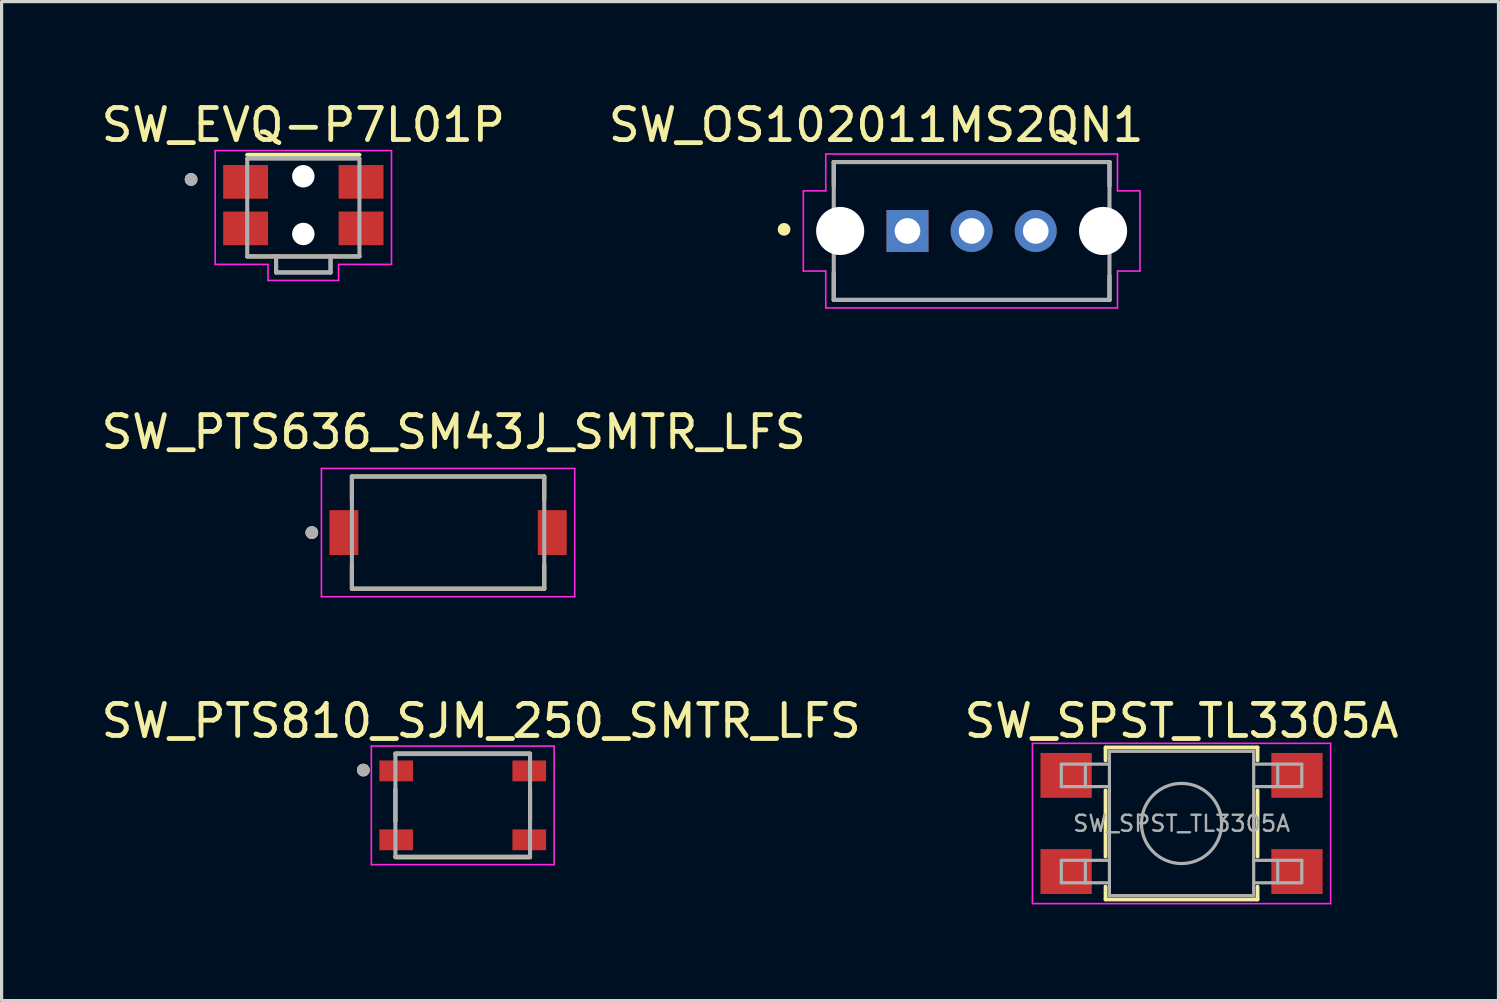
<source format=kicad_pcb>
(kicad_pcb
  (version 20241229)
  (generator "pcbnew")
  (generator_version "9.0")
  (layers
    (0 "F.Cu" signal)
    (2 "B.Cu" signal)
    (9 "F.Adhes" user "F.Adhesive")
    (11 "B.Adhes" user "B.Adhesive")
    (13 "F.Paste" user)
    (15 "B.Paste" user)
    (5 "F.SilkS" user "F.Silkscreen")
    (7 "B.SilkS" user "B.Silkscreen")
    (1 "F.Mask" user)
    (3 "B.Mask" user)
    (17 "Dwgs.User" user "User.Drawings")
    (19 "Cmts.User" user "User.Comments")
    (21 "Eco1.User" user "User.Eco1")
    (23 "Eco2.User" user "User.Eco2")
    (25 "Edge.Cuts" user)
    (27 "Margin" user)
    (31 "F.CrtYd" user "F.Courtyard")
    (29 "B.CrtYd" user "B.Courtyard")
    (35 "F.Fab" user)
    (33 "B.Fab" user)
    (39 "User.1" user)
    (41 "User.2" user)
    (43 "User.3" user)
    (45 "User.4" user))
  (footprint "SW_SPST_TL3305A"
    (layer "F.Cu")
    (at 33.804 22.635)
    (property "Reference" "SW_SPST_TL3305A" (at 0 -3.2 0) (layer "F.SilkS") (effects (font (size 1 1) (thickness 0.15))))
    (attr smd)
    (fp_line (start -2.37 -2.37) (end -2.37 -1.97) (stroke (width 0.12) (type solid)) (layer "F.SilkS"))
    (fp_line (start -2.37 -2.37) (end 2.37 -2.37) (stroke (width 0.12) (type solid)) (layer "F.SilkS"))
    (fp_line (start -2.37 1.03) (end -2.37 -1.03) (stroke (width 0.12) (type solid)) (layer "F.SilkS"))
    (fp_line (start -2.37 2.37) (end -2.37 1.97) (stroke (width 0.12) (type solid)) (layer "F.SilkS"))
    (fp_line (start -2.37 2.37) (end 2.37 2.37) (stroke (width 0.12) (type solid)) (layer "F.SilkS"))
    (fp_line (start 2.37 -2.37) (end 2.37 -1.97) (stroke (width 0.12) (type solid)) (layer "F.SilkS"))
    (fp_line (start 2.37 1.03) (end 2.37 -1.03) (stroke (width 0.12) (type solid)) (layer "F.SilkS"))
    (fp_line (start 2.37 2.37) (end 2.37 1.97) (stroke (width 0.12) (type solid)) (layer "F.SilkS"))
    (fp_line (start -4.65 -2.5) (end 4.65 -2.5) (stroke (width 0.05) (type solid)) (layer "F.CrtYd"))
    (fp_line (start -4.65 2.5) (end -4.65 -2.5) (stroke (width 0.05) (type solid)) (layer "F.CrtYd"))
    (fp_line (start 4.65 -2.5) (end 4.65 2.5) (stroke (width 0.05) (type solid)) (layer "F.CrtYd"))
    (fp_line (start 4.65 2.5) (end -4.65 2.5) (stroke (width 0.05) (type solid)) (layer "F.CrtYd"))
    (fp_line (start -3.75 -1.85) (end -3.75 -1.15) (stroke (width 0.1) (type solid)) (layer "F.Fab"))
    (fp_line (start -3.75 -1.15) (end -2.25 -1.15) (stroke (width 0.1) (type solid)) (layer "F.Fab"))
    (fp_line (start -3.75 1.15) (end -3.75 1.85) (stroke (width 0.1) (type solid)) (layer "F.Fab"))
    (fp_line (start -3.75 1.85) (end -2.25 1.85) (stroke (width 0.1) (type solid)) (layer "F.Fab"))
    (fp_line (start -3 -1.85) (end -3 -1.15) (stroke (width 0.1) (type solid)) (layer "F.Fab"))
    (fp_line (start -3 1.15) (end -3 1.85) (stroke (width 0.1) (type solid)) (layer "F.Fab"))
    (fp_line (start -2.25 -2.25) (end 2.25 -2.25) (stroke (width 0.1) (type solid)) (layer "F.Fab"))
    (fp_line (start -2.25 -1.85) (end -3.75 -1.85) (stroke (width 0.1) (type solid)) (layer "F.Fab"))
    (fp_line (start -2.25 1.15) (end -3.75 1.15) (stroke (width 0.1) (type solid)) (layer "F.Fab"))
    (fp_line (start -2.25 2.25) (end -2.25 -2.25) (stroke (width 0.1) (type solid)) (layer "F.Fab"))
    (fp_line (start 2.25 -2.25) (end 2.25 2.25) (stroke (width 0.1) (type solid)) (layer "F.Fab"))
    (fp_line (start 2.25 -1.15) (end 3.75 -1.15) (stroke (width 0.1) (type solid)) (layer "F.Fab"))
    (fp_line (start 2.25 1.15) (end 3.75 1.15) (stroke (width 0.1) (type solid)) (layer "F.Fab"))
    (fp_line (start 2.25 2.25) (end -2.25 2.25) (stroke (width 0.1) (type solid)) (layer "F.Fab"))
    (fp_line (start 3 -1.85) (end 3 -1.15) (stroke (width 0.1) (type solid)) (layer "F.Fab"))
    (fp_line (start 3 1.15) (end 3 1.85) (stroke (width 0.1) (type solid)) (layer "F.Fab"))
    (fp_line (start 3.75 -1.85) (end 2.25 -1.85) (stroke (width 0.1) (type solid)) (layer "F.Fab"))
    (fp_line (start 3.75 -1.15) (end 3.75 -1.85) (stroke (width 0.1) (type solid)) (layer "F.Fab"))
    (fp_line (start 3.75 1.15) (end 3.75 1.85) (stroke (width 0.1) (type solid)) (layer "F.Fab"))
    (fp_line (start 3.75 1.85) (end 2.25 1.85) (stroke (width 0.1) (type solid)) (layer "F.Fab"))
    (fp_circle (center 0 0) (end 1.25 0) (stroke (width 0.1) (type solid)) (fill no) (layer "F.Fab"))
    (fp_text user "${REFERENCE}" (at 0 0 0) (layer "F.Fab") (effects (font (size 0.5 0.5) (thickness 0.075))))
    (pad "1" smd rect (at -3.6 -1.5) (size 1.6 1.4) (layers "F.Cu" "F.Mask" "F.Paste"))
    (pad "1" smd rect (at 3.6 -1.5) (size 1.6 1.4) (layers "F.Cu" "F.Mask" "F.Paste"))
    (pad "2" smd rect (at -3.6 1.5) (size 1.6 1.4) (layers "F.Cu" "F.Mask" "F.Paste"))
    (pad "2" smd rect (at 3.6 1.5) (size 1.6 1.4) (layers "F.Cu" "F.Mask" "F.Paste")))
  (footprint "SW_EVQ-P7L01P"
    (layer "F.Cu")
    (at 6.411 3.348)
    (property "Reference" "SW_EVQ-P7L01P" (at 0 -2.5 0) (layer "F.SilkS") (effects (font (size 1 1) (thickness 0.15))))
    (attr smd)
    (fp_line (start -1.75 -1.57) (end 1.75 -1.57) (stroke (width 0.127) (type solid)) (layer "F.SilkS"))
    (fp_line (start -1.75 1.6) (end 1.75 1.6) (stroke (width 0.127) (type solid)) (layer "F.SilkS"))
    (fp_circle (center -3.5 -0.8) (end -3.4 -0.8) (stroke (width 0.2) (type solid)) (fill no) (layer "F.SilkS"))
    (fp_line (start -2.75 -1.7) (end 2.75 -1.7) (stroke (width 0.05) (type solid)) (layer "F.CrtYd"))
    (fp_line (start -2.75 1.85) (end -2.75 -1.7) (stroke (width 0.05) (type solid)) (layer "F.CrtYd"))
    (fp_line (start -1.1 1.85) (end -2.75 1.85) (stroke (width 0.05) (type solid)) (layer "F.CrtYd"))
    (fp_line (start -1.1 2.35) (end -1.1 1.85) (stroke (width 0.05) (type solid)) (layer "F.CrtYd"))
    (fp_line (start 1.1 1.85) (end 1.1 2.35) (stroke (width 0.05) (type solid)) (layer "F.CrtYd"))
    (fp_line (start 1.1 2.35) (end -1.1 2.35) (stroke (width 0.05) (type solid)) (layer "F.CrtYd"))
    (fp_line (start 2.75 -1.7) (end 2.75 1.85) (stroke (width 0.05) (type solid)) (layer "F.CrtYd"))
    (fp_line (start 2.75 1.85) (end 1.1 1.85) (stroke (width 0.05) (type solid)) (layer "F.CrtYd"))
    (fp_line (start -1.75 -1.45) (end 1.75 -1.45) (stroke (width 0.127) (type solid)) (layer "F.Fab"))
    (fp_line (start -1.75 1.6) (end -1.75 -1.45) (stroke (width 0.127) (type solid)) (layer "F.Fab"))
    (fp_line (start -0.85 1.6) (end -1.75 1.6) (stroke (width 0.127) (type solid)) (layer "F.Fab"))
    (fp_line (start -0.85 1.6) (end -0.85 2.1) (stroke (width 0.127) (type solid)) (layer "F.Fab"))
    (fp_line (start -0.85 1.6) (end -0.85 2.1) (stroke (width 0.127) (type solid)) (layer "F.Fab"))
    (fp_line (start -0.85 2.1) (end 0.85 2.1) (stroke (width 0.127) (type solid)) (layer "F.Fab"))
    (fp_line (start -0.85 2.1) (end 0.85 2.1) (stroke (width 0.127) (type solid)) (layer "F.Fab"))
    (fp_line (start 0.85 1.6) (end -0.85 1.6) (stroke (width 0.127) (type solid)) (layer "F.Fab"))
    (fp_line (start 0.85 2.1) (end 0.85 1.6) (stroke (width 0.127) (type solid)) (layer "F.Fab"))
    (fp_line (start 0.85 2.1) (end 0.85 1.6) (stroke (width 0.127) (type solid)) (layer "F.Fab"))
    (fp_line (start 1.75 -1.45) (end 1.75 1.6) (stroke (width 0.127) (type solid)) (layer "F.Fab"))
    (fp_line (start 1.75 1.6) (end 0.85 1.6) (stroke (width 0.127) (type solid)) (layer "F.Fab"))
    (fp_circle (center -3.5 -0.8) (end -3.4 -0.8) (stroke (width 0.2) (type solid)) (fill no) (layer "F.Fab"))
    (pad "" np_thru_hole circle (at 0 -0.9) (size 0.7 0.7) (drill 0.7) (layers "*.Cu" "*.Mask"))
    (pad "" np_thru_hole circle (at 0 0.9) (size 0.7 0.7) (drill 0.7) (layers "*.Cu" "*.Mask"))
    (pad "1" smd rect (at -1.8 -0.725) (size 1.4 1.05) (layers "F.Cu" "F.Mask" "F.Paste"))
    (pad "1" smd rect (at 1.8 -0.725) (size 1.4 1.05) (layers "F.Cu" "F.Mask" "F.Paste"))
    (pad "2" smd rect (at -1.8 0.725) (size 1.4 1.05) (layers "F.Cu" "F.Mask" "F.Paste"))
    (pad "2" smd rect (at 1.8 0.725) (size 1.4 1.05) (layers "F.Cu" "F.Mask" "F.Paste")))
  (footprint "SW_PTS636_SM43J_SMTR_LFS"
    (layer "F.Cu")
    (at 10.926 13.562)
    (property "Reference" "SW_PTS636_SM43J_SMTR_LFS" (at 0.175 -3.135 0) (layer "F.SilkS") (effects (font (size 1 1) (thickness 0.15))))
    (attr smd)
    (fp_line (start -3 -1.75) (end 3 -1.75) (stroke (width 0.127) (type solid)) (layer "F.SilkS"))
    (fp_line (start -3 -1.014) (end -3 -1.75) (stroke (width 0.127) (type solid)) (layer "F.SilkS"))
    (fp_line (start -3 1.75) (end -3 1.014) (stroke (width 0.127) (type solid)) (layer "F.SilkS"))
    (fp_line (start 3 -1.75) (end 3 -1.014) (stroke (width 0.127) (type solid)) (layer "F.SilkS"))
    (fp_line (start 3 1.014) (end 3 1.75) (stroke (width 0.127) (type solid)) (layer "F.SilkS"))
    (fp_line (start 3 1.75) (end -3 1.75) (stroke (width 0.127) (type solid)) (layer "F.SilkS"))
    (fp_circle (center -4.25 0) (end -4.15 0) (stroke (width 0.2) (type solid)) (fill no) (layer "F.SilkS"))
    (fp_line (start -3.95 -2) (end 3.95 -2) (stroke (width 0.05) (type solid)) (layer "F.CrtYd"))
    (fp_line (start -3.95 2) (end -3.95 -2) (stroke (width 0.05) (type solid)) (layer "F.CrtYd"))
    (fp_line (start 3.95 -2) (end 3.95 2) (stroke (width 0.05) (type solid)) (layer "F.CrtYd"))
    (fp_line (start 3.95 2) (end -3.95 2) (stroke (width 0.05) (type solid)) (layer "F.CrtYd"))
    (fp_line (start -3 -1.75) (end 3 -1.75) (stroke (width 0.127) (type solid)) (layer "F.Fab"))
    (fp_line (start -3 1.75) (end -3 -1.75) (stroke (width 0.127) (type solid)) (layer "F.Fab"))
    (fp_line (start 3 -1.75) (end 3 1.75) (stroke (width 0.127) (type solid)) (layer "F.Fab"))
    (fp_line (start 3 1.75) (end -3 1.75) (stroke (width 0.127) (type solid)) (layer "F.Fab"))
    (fp_circle (center -4.25 0) (end -4.15 0) (stroke (width 0.2) (type solid)) (fill no) (layer "F.Fab"))
    (pad "1" smd rect (at -3.25 0) (size 0.9 1.4) (layers "F.Cu" "F.Mask" "F.Paste"))
    (pad "2" smd rect (at 3.25 0) (size 0.9 1.4) (layers "F.Cu" "F.Mask" "F.Paste")))
  (footprint "SW_PTS810_SJM_250_SMTR_LFS"
    (layer "F.Cu")
    (at 11.383 22.07)
    (property "Reference" "SW_PTS810_SJM_250_SMTR_LFS" (at 0.575 -2.635 0) (layer "F.SilkS") (effects (font (size 1 1) (thickness 0.15))))
    (attr smd)
    (fp_line (start -2.1 -1.62) (end 2.1 -1.62) (stroke (width 0.127) (type solid)) (layer "F.SilkS"))
    (fp_line (start -2.1 0.5) (end -2.1 -0.5) (stroke (width 0.127) (type solid)) (layer "F.SilkS"))
    (fp_line (start 2.1 0.5) (end 2.1 -0.5) (stroke (width 0.127) (type solid)) (layer "F.SilkS"))
    (fp_line (start 2.1 1.62) (end -2.1 1.62) (stroke (width 0.127) (type solid)) (layer "F.SilkS"))
    (fp_circle (center -3.1 -1.1) (end -3 -1.1) (stroke (width 0.2) (type solid)) (fill no) (layer "F.SilkS"))
    (fp_line (start -2.85 -1.85) (end 2.85 -1.85) (stroke (width 0.05) (type solid)) (layer "F.CrtYd"))
    (fp_line (start -2.85 1.85) (end -2.85 -1.85) (stroke (width 0.05) (type solid)) (layer "F.CrtYd"))
    (fp_line (start 2.85 -1.85) (end 2.85 1.85) (stroke (width 0.05) (type solid)) (layer "F.CrtYd"))
    (fp_line (start 2.85 1.85) (end -2.85 1.85) (stroke (width 0.05) (type solid)) (layer "F.CrtYd"))
    (fp_line (start -2.1 -1.6) (end 2.1 -1.6) (stroke (width 0.127) (type solid)) (layer "F.Fab"))
    (fp_line (start -2.1 1.6) (end -2.1 -1.6) (stroke (width 0.127) (type solid)) (layer "F.Fab"))
    (fp_line (start 2.1 -1.6) (end 2.1 1.6) (stroke (width 0.127) (type solid)) (layer "F.Fab"))
    (fp_line (start 2.1 1.6) (end -2.1 1.6) (stroke (width 0.127) (type solid)) (layer "F.Fab"))
    (fp_circle (center -3.1 -1.1) (end -3 -1.1) (stroke (width 0.2) (type solid)) (fill no) (layer "F.Fab"))
    (pad "1" smd rect (at -2.075 -1.075) (size 1.05 0.65) (layers "F.Cu" "F.Mask" "F.Paste"))
    (pad "2" smd rect (at 2.075 -1.075) (size 1.05 0.65) (layers "F.Cu" "F.Mask" "F.Paste"))
    (pad "3" smd rect (at -2.075 1.075) (size 1.05 0.65) (layers "F.Cu" "F.Mask" "F.Paste"))
    (pad "4" smd rect (at 2.075 1.075) (size 1.05 0.65) (layers "F.Cu" "F.Mask" "F.Paste")))
  (footprint "SW_OS102011MS2QN1"
    (layer "F.Cu")
    (at 27.256 4.154)
    (property "Reference" "SW_OS102011MS2QN1" (at -2.977 -3.305 0) (layer "F.SilkS") (effects (font (size 1 1) (thickness 0.15))))
    (attr through_hole)
    (fp_line (start -4.3 -2.15) (end -4.3 -1.4) (stroke (width 0.127) (type solid)) (layer "F.SilkS"))
    (fp_line (start -4.3 1.3) (end -4.3 2.15) (stroke (width 0.127) (type solid)) (layer "F.SilkS"))
    (fp_line (start -4.3 2.15) (end 4.3 2.15) (stroke (width 0.127) (type solid)) (layer "F.SilkS"))
    (fp_line (start 4.3 -2.15) (end -4.3 -2.15) (stroke (width 0.127) (type solid)) (layer "F.SilkS"))
    (fp_line (start 4.3 -1.4) (end 4.3 -2.15) (stroke (width 0.127) (type solid)) (layer "F.SilkS"))
    (fp_line (start 4.3 2.15) (end 4.3 1.4) (stroke (width 0.127) (type solid)) (layer "F.SilkS"))
    (fp_circle (center -5.85 -0.05) (end -5.75 -0.05) (stroke (width 0.2) (type solid)) (fill no) (layer "F.SilkS"))
    (fp_line (start -5.25 -1.25) (end -4.55 -1.25) (stroke (width 0.05) (type solid)) (layer "F.CrtYd"))
    (fp_line (start -5.25 1.25) (end -5.25 -1.25) (stroke (width 0.05) (type solid)) (layer "F.CrtYd"))
    (fp_line (start -4.55 -2.4) (end 4.55 -2.4) (stroke (width 0.05) (type solid)) (layer "F.CrtYd"))
    (fp_line (start -4.55 -1.25) (end -4.55 -2.4) (stroke (width 0.05) (type solid)) (layer "F.CrtYd"))
    (fp_line (start -4.55 1.25) (end -5.25 1.25) (stroke (width 0.05) (type solid)) (layer "F.CrtYd"))
    (fp_line (start -4.55 2.4) (end -4.55 1.25) (stroke (width 0.05) (type solid)) (layer "F.CrtYd"))
    (fp_line (start 4.55 -2.4) (end 4.55 -1.25) (stroke (width 0.05) (type solid)) (layer "F.CrtYd"))
    (fp_line (start 4.55 -1.25) (end 5.25 -1.25) (stroke (width 0.05) (type solid)) (layer "F.CrtYd"))
    (fp_line (start 4.55 1.25) (end 4.55 2.4) (stroke (width 0.05) (type solid)) (layer "F.CrtYd"))
    (fp_line (start 4.55 2.4) (end -4.55 2.4) (stroke (width 0.05) (type solid)) (layer "F.CrtYd"))
    (fp_line (start 5.25 -1.25) (end 5.25 1.25) (stroke (width 0.05) (type solid)) (layer "F.CrtYd"))
    (fp_line (start 5.25 1.25) (end 4.55 1.25) (stroke (width 0.05) (type solid)) (layer "F.CrtYd"))
    (fp_line (start -4.3 -2.15) (end 4.3 -2.15) (stroke (width 0.127) (type solid)) (layer "F.Fab"))
    (fp_line (start -4.3 2.15) (end -4.3 -2.15) (stroke (width 0.127) (type solid)) (layer "F.Fab"))
    (fp_line (start 4.3 -2.15) (end 4.3 2.15) (stroke (width 0.127) (type solid)) (layer "F.Fab"))
    (fp_line (start 4.3 2.15) (end -4.3 2.15) (stroke (width 0.127) (type solid)) (layer "F.Fab"))
    (fp_circle (center -2.1 -0.05) (end -2 -0.05) (stroke (width 0.2) (type solid)) (fill no) (layer "F.Fab"))
    (pad "" np_thru_hole circle (at -4.1 0) (size 1.5 1.5) (drill 1.5) (layers "*.Cu" "*.Mask"))
    (pad "" np_thru_hole circle (at 4.1 0) (size 1.5 1.5) (drill 1.5) (layers "*.Cu" "*.Mask"))
    (pad "1" thru_hole rect (at -2 0) (size 1.308 1.308) (drill 0.8) (layers "*.Cu" "*.Mask"))
    (pad "2" thru_hole circle (at 0 0) (size 1.308 1.308) (drill 0.8) (layers "*.Cu" "*.Mask"))
    (pad "3" thru_hole circle (at 2 0) (size 1.308 1.308) (drill 0.8) (layers "*.Cu" "*.Mask")))
  (gr_rect
    (start -3 -3)
    (end 43.69 28.16)
    (stroke (width 0.1) (type default))
    (fill no)
    (layer "Edge.Cuts")))
</source>
